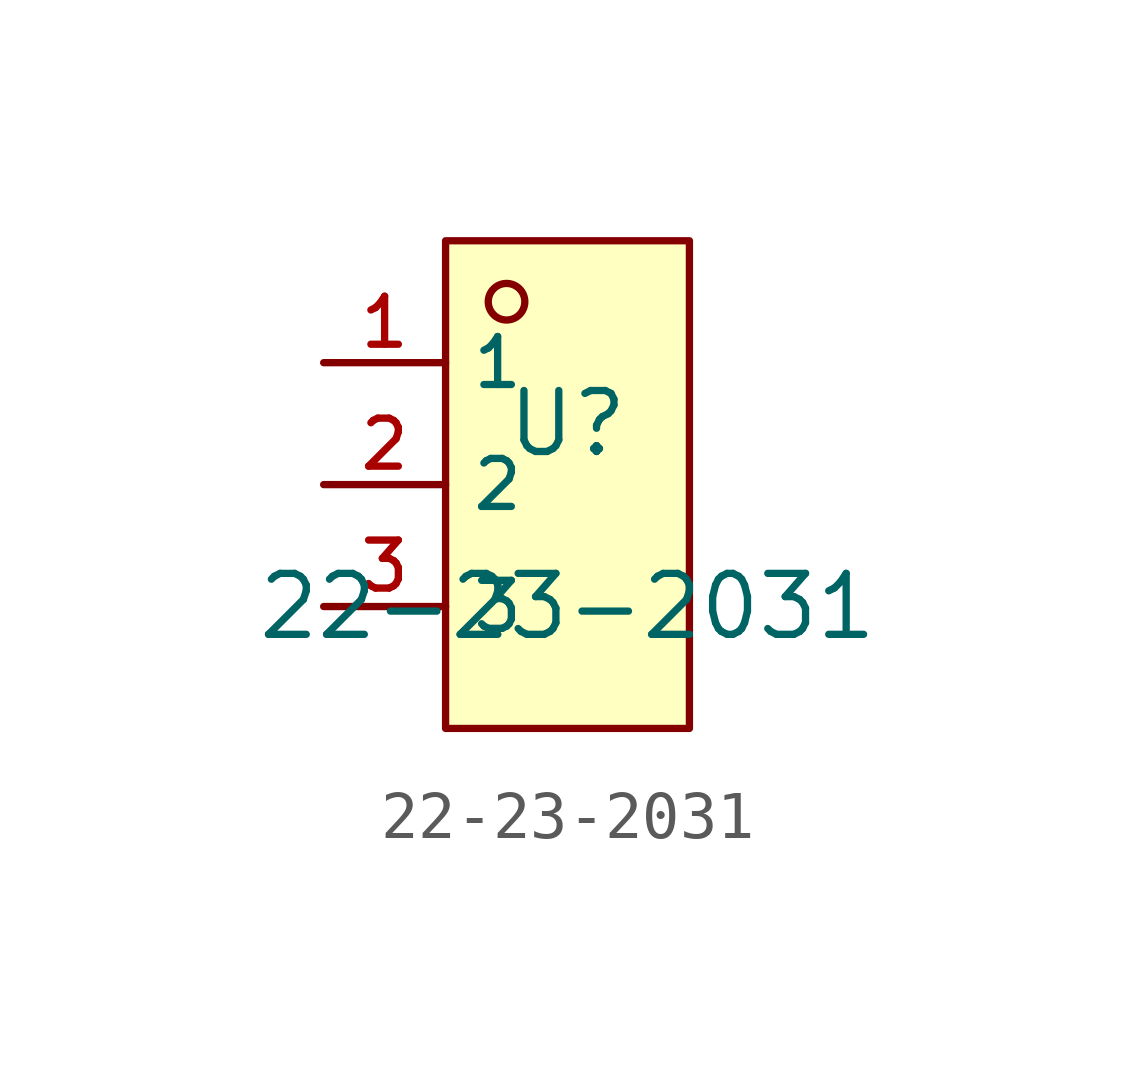
<source format=kicad_sym>
(kicad_symbol_lib
  (version 20210201)
  (generator TousstNicolas/JLC2KiCad_lib)
  (symbol "22-23-2031"
    (property "Reference" "U"
      (at 0 1.27 0)
      (effects (font (size 1.27 1.27))))
    (property "Value" "22-23-2031"
      (at 0 -2.54 0)
      (effects (font (size 1.27 1.27))))
    (symbol "22-23-2031_0_1"
      (rectangle (start -2.54 5.08) (end 2.54 -5.08) (stroke (width 0) (type default) (color 0 0 0 0)) (fill (type background)))
      (circle (center -1.27 3.81) (radius 0.381) (stroke (width 0) (type default) (color 0 0 0 0)) (fill (type background)))
      (pin unspecified line (at -5.08 2.54 0) (length 2.54) (name "1" (effects (font (size 1 1)))) (number "1" (effects (font (size 1 1)))))
      (pin unspecified line (at -5.08 -0.0 0) (length 2.54) (name "2" (effects (font (size 1 1)))) (number "2" (effects (font (size 1 1)))))
      (pin unspecified line (at -5.08 -2.54 0) (length 2.54) (name "3" (effects (font (size 1 1)))) (number "3" (effects (font (size 1 1))))))))
</source>
